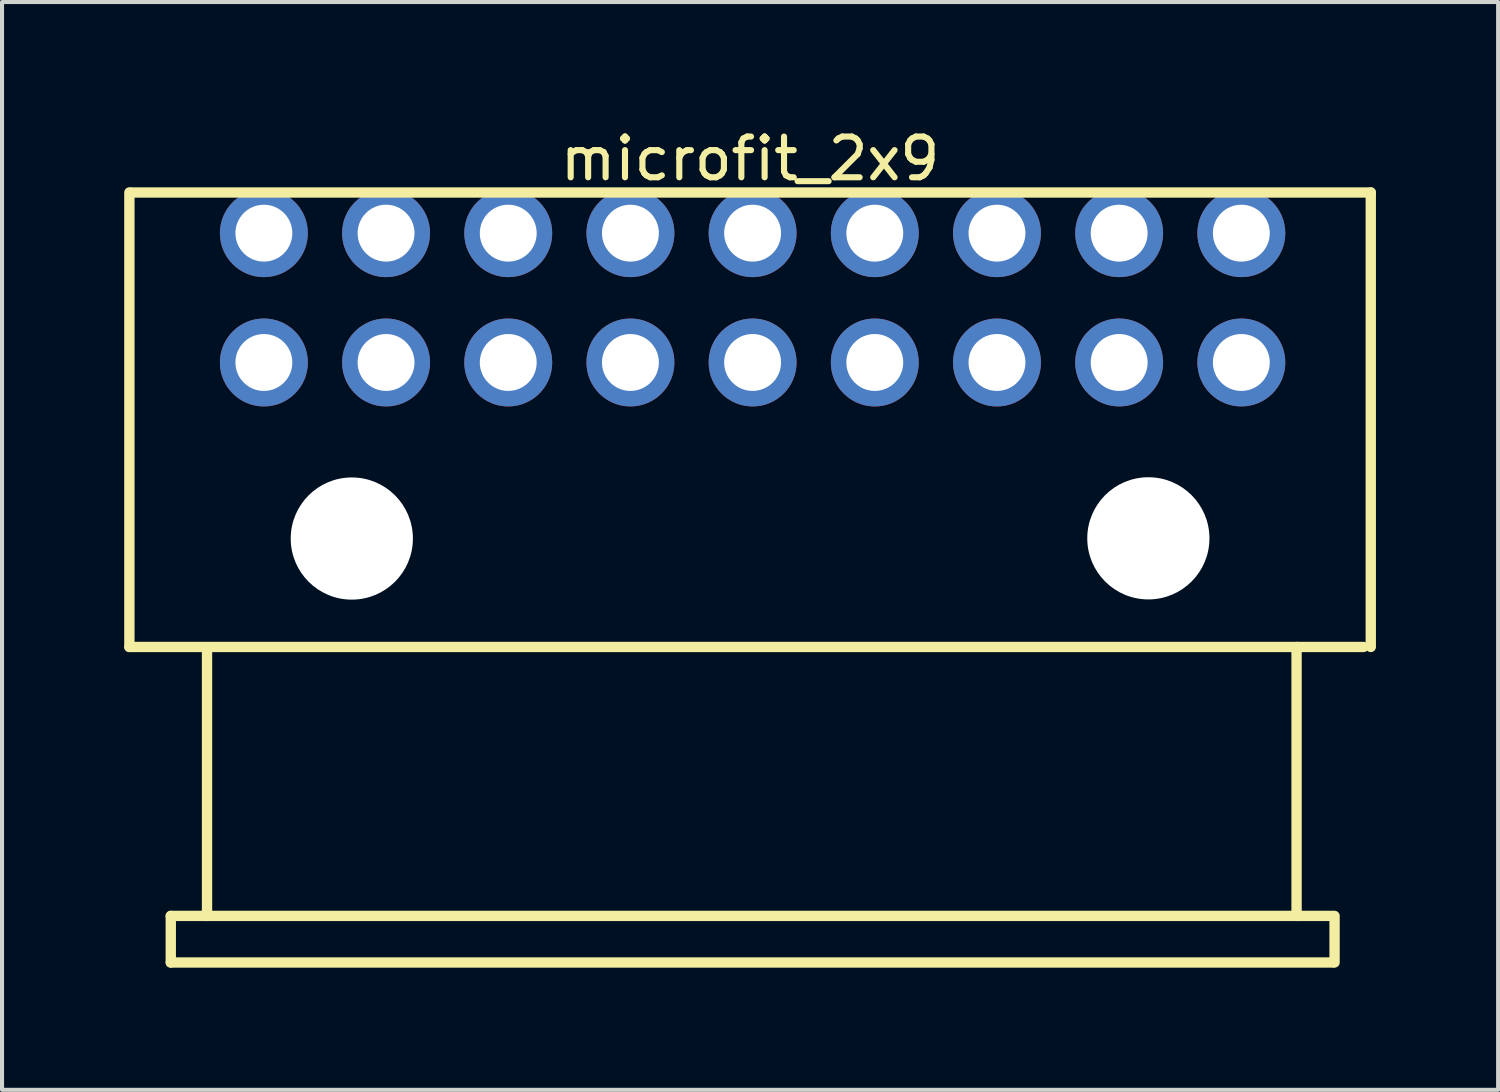
<source format=kicad_pcb>
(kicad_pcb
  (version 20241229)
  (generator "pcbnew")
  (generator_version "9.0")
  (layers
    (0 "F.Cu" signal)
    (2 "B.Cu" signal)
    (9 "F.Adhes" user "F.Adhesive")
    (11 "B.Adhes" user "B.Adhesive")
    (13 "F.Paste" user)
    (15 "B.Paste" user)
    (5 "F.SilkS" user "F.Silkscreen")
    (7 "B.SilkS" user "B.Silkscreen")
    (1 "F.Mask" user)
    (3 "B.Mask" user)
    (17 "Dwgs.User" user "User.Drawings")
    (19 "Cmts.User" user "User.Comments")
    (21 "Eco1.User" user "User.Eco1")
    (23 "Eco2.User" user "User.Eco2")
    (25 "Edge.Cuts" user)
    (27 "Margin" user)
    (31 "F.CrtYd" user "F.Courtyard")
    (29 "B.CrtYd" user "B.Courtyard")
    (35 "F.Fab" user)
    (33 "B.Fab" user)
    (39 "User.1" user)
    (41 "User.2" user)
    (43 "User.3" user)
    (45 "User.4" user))
  (footprint "microfit_2x9"
    (layer "F.Cu")
    (at 3.429 2.675)
    (property "Reference" "microfit_2x9" (at 11.938 -1.827 0) (layer "F.SilkS") (effects (font (size 1 1) (thickness 0.15))))
    (fp_line (start -3.302 10.16) (end -3.302 -1) (stroke (width 0.254) (type solid)) (layer "F.SilkS"))
    (fp_line (start -3.302 10.16) (end 27 10.16) (stroke (width 0.254) (type solid)) (layer "F.SilkS"))
    (fp_line (start -3.251 -0.999) (end 27.178 -0.999) (stroke (width 0.254) (type solid)) (layer "F.SilkS"))
    (fp_line (start -2.286 16.764) (end 26.25 16.764) (stroke (width 0.254) (type solid)) (layer "F.SilkS"))
    (fp_line (start -2.286 17.907) (end -2.286 16.764) (stroke (width 0.254) (type solid)) (layer "F.SilkS"))
    (fp_line (start -2.286 17.907) (end 26.25 17.907) (stroke (width 0.254) (type solid)) (layer "F.SilkS"))
    (fp_line (start -1.396 16.764) (end -1.396 10.287) (stroke (width 0.254) (type solid)) (layer "F.SilkS"))
    (fp_line (start 25.356 16.764) (end 25.356 10.16) (stroke (width 0.254) (type solid)) (layer "F.SilkS"))
    (fp_line (start 26.289 17.907) (end 26.289 16.764) (stroke (width 0.254) (type solid)) (layer "F.SilkS"))
    (fp_line (start 27.178 10.16) (end 27.178 -0.999) (stroke (width 0.254) (type solid)) (layer "F.SilkS"))
    (pad "" np_thru_hole circle (at 2.159 7.498) (size 3 3) (drill 3) (layers "*.Cu" "*.Mask"))
    (pad "" np_thru_hole circle (at 21.717 7.493) (size 3 3) (drill 3) (layers "*.Cu" "*.Mask"))
    (pad "1" thru_hole circle (at 0 0) (size 2.159 2.159) (drill 1.397) (layers "*.Cu" "*.Mask"))
    (pad "2" thru_hole circle (at 0 3.175) (size 2.159 2.159) (drill 1.397) (layers "*.Cu" "*.Mask"))
    (pad "3" thru_hole circle (at 3 0) (size 2.159 2.159) (drill 1.397) (layers "*.Cu" "*.Mask"))
    (pad "4" thru_hole circle (at 3 3.175) (size 2.159 2.159) (drill 1.397) (layers "*.Cu" "*.Mask"))
    (pad "5" thru_hole circle (at 6 0) (size 2.159 2.159) (drill 1.397) (layers "*.Cu" "*.Mask"))
    (pad "6" thru_hole circle (at 6 3.175) (size 2.159 2.159) (drill 1.397) (layers "*.Cu" "*.Mask"))
    (pad "7" thru_hole circle (at 9 0) (size 2.159 2.159) (drill 1.397) (layers "*.Cu" "*.Mask"))
    (pad "8" thru_hole circle (at 9 3.175) (size 2.159 2.159) (drill 1.397) (layers "*.Cu" "*.Mask"))
    (pad "9" thru_hole circle (at 12 0) (size 2.159 2.159) (drill 1.397) (layers "*.Cu" "*.Mask"))
    (pad "10" thru_hole circle (at 12 3.175) (size 2.159 2.159) (drill 1.397) (layers "*.Cu" "*.Mask"))
    (pad "11" thru_hole circle (at 15 0) (size 2.159 2.159) (drill 1.397) (layers "*.Cu" "*.Mask"))
    (pad "12" thru_hole circle (at 15 3.175) (size 2.159 2.159) (drill 1.397) (layers "*.Cu" "*.Mask"))
    (pad "13" thru_hole circle (at 18 0) (size 2.159 2.159) (drill 1.397) (layers "*.Cu" "*.Mask"))
    (pad "14" thru_hole circle (at 18 3.175) (size 2.159 2.159) (drill 1.397) (layers "*.Cu" "*.Mask"))
    (pad "15" thru_hole circle (at 21 0) (size 2.159 2.159) (drill 1.397) (layers "*.Cu" "*.Mask"))
    (pad "16" thru_hole circle (at 21 3.175) (size 2.159 2.159) (drill 1.397) (layers "*.Cu" "*.Mask"))
    (pad "17" thru_hole circle (at 24 0) (size 2.159 2.159) (drill 1.397) (layers "*.Cu" "*.Mask"))
    (pad "18" thru_hole circle (at 24 3.175) (size 2.159 2.159) (drill 1.397) (layers "*.Cu" "*.Mask")))
  (gr_rect
    (start -3 -3)
    (end 33.734 23.709)
    (stroke (width 0.1) (type default))
    (fill no)
    (layer "Edge.Cuts")))
</source>
